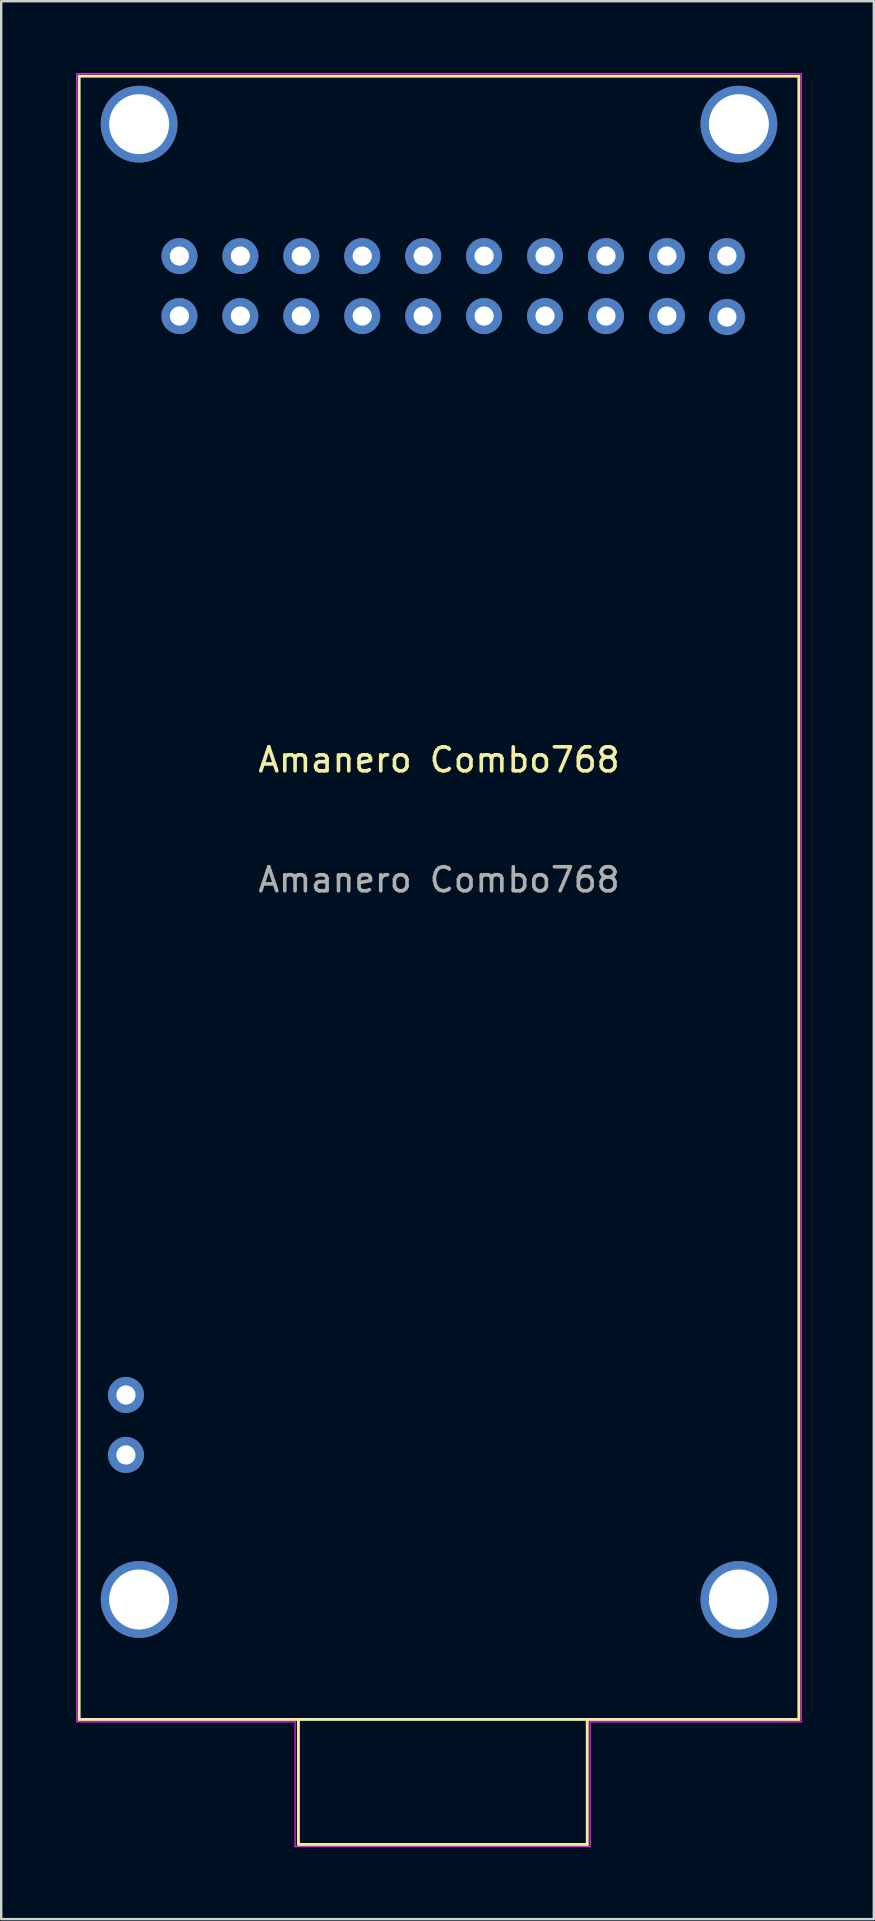
<source format=kicad_pcb>
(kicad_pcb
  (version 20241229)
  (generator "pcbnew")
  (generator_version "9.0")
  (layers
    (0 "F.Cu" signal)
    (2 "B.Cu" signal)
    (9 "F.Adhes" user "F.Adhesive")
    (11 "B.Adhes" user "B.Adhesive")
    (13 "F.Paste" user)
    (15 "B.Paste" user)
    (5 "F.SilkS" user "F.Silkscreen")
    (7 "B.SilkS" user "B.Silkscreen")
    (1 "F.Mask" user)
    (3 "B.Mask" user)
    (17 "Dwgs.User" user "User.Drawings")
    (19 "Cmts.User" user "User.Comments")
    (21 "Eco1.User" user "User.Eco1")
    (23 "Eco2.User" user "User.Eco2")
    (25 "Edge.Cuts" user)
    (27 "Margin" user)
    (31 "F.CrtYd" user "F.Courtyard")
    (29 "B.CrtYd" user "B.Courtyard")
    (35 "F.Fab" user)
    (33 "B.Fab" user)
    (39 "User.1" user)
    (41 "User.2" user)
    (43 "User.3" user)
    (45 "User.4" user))
  (footprint "Amanero Combo768"
    (layer "F.Cu")
    (at 0.25 68.625)
    (property "Reference" "Amanero Combo768" (at 15 -40 0) (unlocked yes) (layer "F.SilkS") (effects (font (size 1 1) (thickness 0.15))))
    (attr through_hole)
    (fp_line (start 0 -68.5) (end 0 0) (stroke (width 0.12) (type solid)) (layer "F.SilkS"))
    (fp_line (start 0 0) (end 30 0) (stroke (width 0.12) (type solid)) (layer "F.SilkS"))
    (fp_line (start 9.14 0) (end 9.14 5.21) (stroke (width 0.12) (type solid)) (layer "F.SilkS"))
    (fp_line (start 9.14 5.21) (end 21.18 5.21) (stroke (width 0.12) (type solid)) (layer "F.SilkS"))
    (fp_line (start 21.18 5.21) (end 21.18 0) (stroke (width 0.12) (type solid)) (layer "F.SilkS"))
    (fp_line (start 30 -68.5) (end 0 -68.5) (stroke (width 0.12) (type solid)) (layer "F.SilkS"))
    (fp_line (start 30 0) (end 30 -68.5) (stroke (width 0.12) (type solid)) (layer "F.SilkS"))
    (fp_line (start -0.1 -68.6) (end 30.1 -68.6) (stroke (width 0.05) (type solid)) (layer "F.CrtYd"))
    (fp_line (start -0.1 0.1) (end -0.1 -68.6) (stroke (width 0.05) (type solid)) (layer "F.CrtYd"))
    (fp_line (start 9 0.1) (end -0.1 0.1) (stroke (width 0.05) (type solid)) (layer "F.CrtYd"))
    (fp_line (start 9 5.3) (end 9 0.1) (stroke (width 0.05) (type solid)) (layer "F.CrtYd"))
    (fp_line (start 21.3 0.1) (end 21.3 5.3) (stroke (width 0.05) (type solid)) (layer "F.CrtYd"))
    (fp_line (start 21.3 5.3) (end 9 5.3) (stroke (width 0.05) (type solid)) (layer "F.CrtYd"))
    (fp_line (start 30.1 -68.6) (end 30.1 0.1) (stroke (width 0.05) (type solid)) (layer "F.CrtYd"))
    (fp_line (start 30.1 0.1) (end 21.3 0.1) (stroke (width 0.05) (type solid)) (layer "F.CrtYd"))
    (fp_text user "${REFERENCE}" (at 15 -35 0) (unlocked yes) (layer "F.Fab") (effects (font (size 1 1) (thickness 0.15))))
    (pad "" np_thru_hole circle (at 2.5 -66.5) (size 3.2 3.2) (drill 2.5) (layers "*.Cu" "*.Mask"))
    (pad "" np_thru_hole circle (at 2.5 -5) (size 3.2 3.2) (drill 2.5) (layers "*.Cu" "*.Mask"))
    (pad "" np_thru_hole circle (at 27.5 -66.5) (size 3.2 3.2) (drill 2.5) (layers "*.Cu" "*.Mask"))
    (pad "" np_thru_hole circle (at 27.5 -5) (size 3.2 3.2) (drill 2.5) (layers "*.Cu" "*.Mask"))
    (pad "1" thru_hole circle (at 27 -61) (size 1.5 1.5) (drill 0.8) (layers "*.Cu" "*.Mask"))
    (pad "2" thru_hole circle (at 24.5 -61 180) (size 1.5 1.5) (drill 0.8) (layers "*.Cu" "*.Mask"))
    (pad "3" thru_hole circle (at 21.96 -61 180) (size 1.5 1.5) (drill 0.8) (layers "*.Cu" "*.Mask"))
    (pad "4" thru_hole circle (at 19.42 -61 180) (size 1.5 1.5) (drill 0.8) (layers "*.Cu" "*.Mask"))
    (pad "5" thru_hole circle (at 16.88 -61 180) (size 1.5 1.5) (drill 0.8) (layers "*.Cu" "*.Mask"))
    (pad "6" thru_hole circle (at 14.34 -61 180) (size 1.5 1.5) (drill 0.8) (layers "*.Cu" "*.Mask"))
    (pad "7" thru_hole circle (at 11.8 -61 180) (size 1.5 1.5) (drill 0.8) (layers "*.Cu" "*.Mask"))
    (pad "8" thru_hole circle (at 9.26 -61 180) (size 1.5 1.5) (drill 0.8) (layers "*.Cu" "*.Mask"))
    (pad "9" thru_hole circle (at 6.72 -61 180) (size 1.5 1.5) (drill 0.8) (layers "*.Cu" "*.Mask"))
    (pad "10" thru_hole circle (at 4.18 -61 180) (size 1.5 1.5) (drill 0.8) (layers "*.Cu" "*.Mask"))
    (pad "11" thru_hole circle (at 27 -58.46) (size 1.5 1.5) (drill 0.8) (layers "*.Cu" "*.Mask"))
    (pad "12" thru_hole circle (at 24.5 -58.5 180) (size 1.5 1.5) (drill 0.8) (layers "*.Cu" "*.Mask"))
    (pad "13" thru_hole circle (at 21.96 -58.5 180) (size 1.5 1.5) (drill 0.8) (layers "*.Cu" "*.Mask"))
    (pad "14" thru_hole circle (at 19.42 -58.5 180) (size 1.5 1.5) (drill 0.8) (layers "*.Cu" "*.Mask"))
    (pad "15" thru_hole circle (at 16.88 -58.5 180) (size 1.5 1.5) (drill 0.8) (layers "*.Cu" "*.Mask"))
    (pad "16" thru_hole circle (at 14.34 -58.5 180) (size 1.5 1.5) (drill 0.8) (layers "*.Cu" "*.Mask"))
    (pad "17" thru_hole circle (at 11.8 -58.5 180) (size 1.5 1.5) (drill 0.8) (layers "*.Cu" "*.Mask"))
    (pad "18" thru_hole circle (at 9.26 -58.5 180) (size 1.5 1.5) (drill 0.8) (layers "*.Cu" "*.Mask"))
    (pad "19" thru_hole circle (at 6.72 -58.5 180) (size 1.5 1.5) (drill 0.8) (layers "*.Cu" "*.Mask"))
    (pad "20" thru_hole circle (at 4.18 -58.5 180) (size 1.5 1.5) (drill 0.8) (layers "*.Cu" "*.Mask"))
    (pad "21" thru_hole circle (at 1.95 -11.025 180) (size 1.5 1.5) (drill 0.8) (layers "*.Cu" "*.Mask"))
    (pad "22" thru_hole circle (at 1.95 -13.525 180) (size 1.5 1.5) (drill 0.8) (layers "*.Cu" "*.Mask")))
  (gr_rect
    (start -3 -3)
    (end 33.375 76.95)
    (stroke (width 0.1) (type default))
    (fill no)
    (layer "Edge.Cuts")))
</source>
